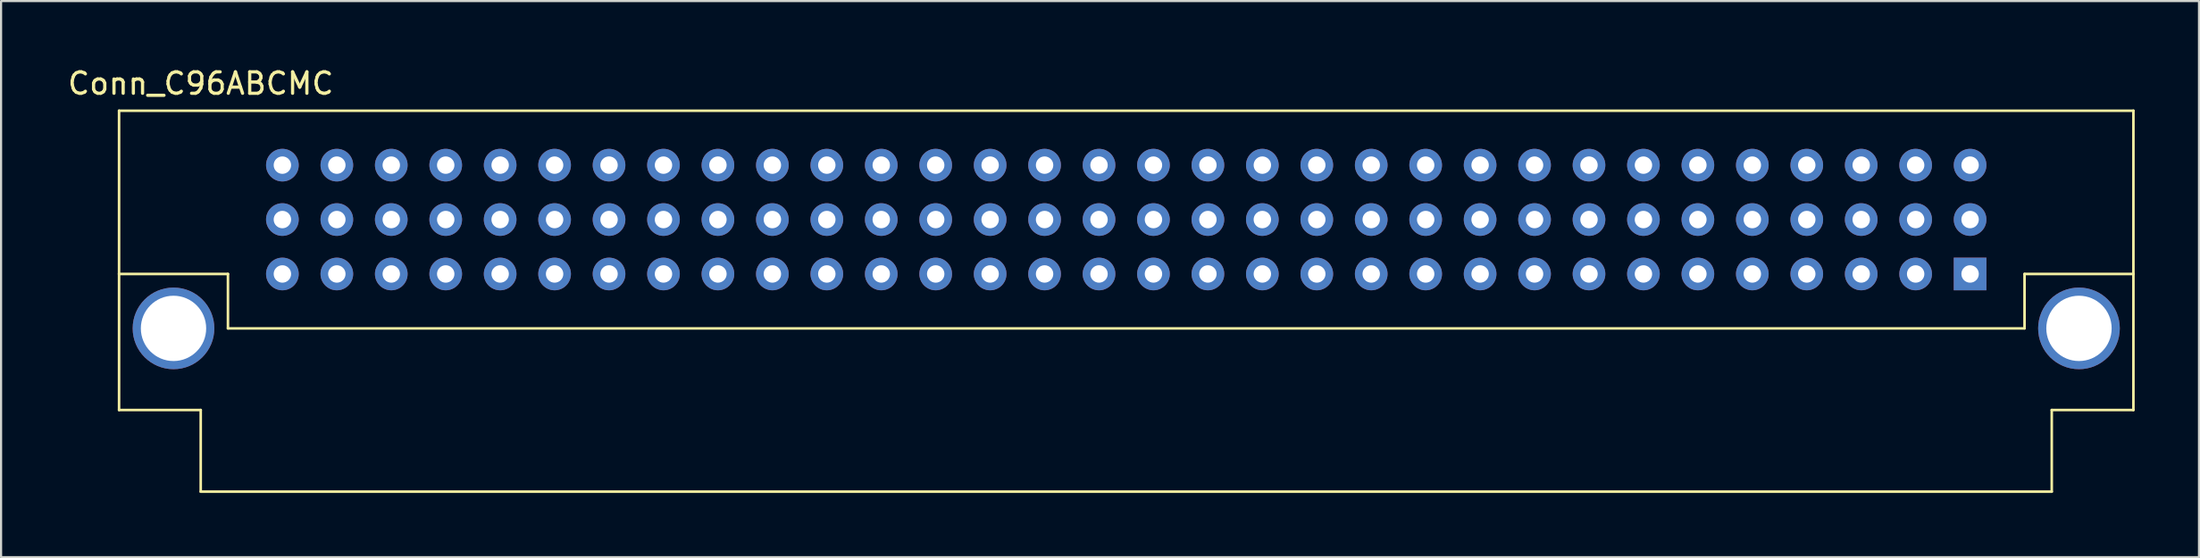
<source format=kicad_pcb>
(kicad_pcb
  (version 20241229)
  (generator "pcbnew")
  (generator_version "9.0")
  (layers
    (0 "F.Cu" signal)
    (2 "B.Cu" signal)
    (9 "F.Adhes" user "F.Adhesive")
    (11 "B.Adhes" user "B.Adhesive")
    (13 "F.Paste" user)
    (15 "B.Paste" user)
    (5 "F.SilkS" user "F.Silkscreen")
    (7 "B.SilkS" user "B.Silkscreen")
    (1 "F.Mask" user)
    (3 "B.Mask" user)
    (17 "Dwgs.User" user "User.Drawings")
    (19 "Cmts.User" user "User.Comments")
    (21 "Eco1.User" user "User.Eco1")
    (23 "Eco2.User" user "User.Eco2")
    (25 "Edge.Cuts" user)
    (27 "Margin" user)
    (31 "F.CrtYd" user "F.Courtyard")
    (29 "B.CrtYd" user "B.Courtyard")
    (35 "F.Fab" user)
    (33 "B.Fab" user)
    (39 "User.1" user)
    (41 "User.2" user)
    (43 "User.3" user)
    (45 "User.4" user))
  (footprint "Conn_C96ABCMC"
    (layer "F.Cu")
    (at 49.495 7.198)
    (property "Reference" "Conn_C96ABCMC" (at -43.18 -6.35 0) (layer "F.SilkS") (effects (font (size 1 1) (thickness 0.15))))
    (attr through_hole)
    (fp_line (start -46.99 -5.08) (end -46.99 2.54) (stroke (width 0.12) (type solid)) (layer "F.SilkS"))
    (fp_line (start -46.99 2.54) (end -46.99 8.89) (stroke (width 0.12) (type solid)) (layer "F.SilkS"))
    (fp_line (start -46.99 8.89) (end -43.18 8.89) (stroke (width 0.12) (type solid)) (layer "F.SilkS"))
    (fp_line (start -43.18 8.89) (end -43.18 12.7) (stroke (width 0.12) (type solid)) (layer "F.SilkS"))
    (fp_line (start -43.18 12.7) (end 43.18 12.7) (stroke (width 0.12) (type solid)) (layer "F.SilkS"))
    (fp_line (start -41.91 2.54) (end -46.99 2.54) (stroke (width 0.12) (type solid)) (layer "F.SilkS"))
    (fp_line (start -41.91 5.08) (end -41.91 2.54) (stroke (width 0.12) (type solid)) (layer "F.SilkS"))
    (fp_line (start 41.91 2.54) (end 41.91 5.08) (stroke (width 0.12) (type solid)) (layer "F.SilkS"))
    (fp_line (start 41.91 5.08) (end -41.91 5.08) (stroke (width 0.12) (type solid)) (layer "F.SilkS"))
    (fp_line (start 43.18 8.89) (end 46.99 8.89) (stroke (width 0.12) (type solid)) (layer "F.SilkS"))
    (fp_line (start 43.18 12.7) (end 43.18 8.89) (stroke (width 0.12) (type solid)) (layer "F.SilkS"))
    (fp_line (start 46.99 -5.08) (end -46.99 -5.08) (stroke (width 0.12) (type solid)) (layer "F.SilkS"))
    (fp_line (start 46.99 2.54) (end 41.91 2.54) (stroke (width 0.12) (type solid)) (layer "F.SilkS"))
    (fp_line (start 46.99 2.54) (end 46.99 -5.08) (stroke (width 0.12) (type solid)) (layer "F.SilkS"))
    (fp_line (start 46.99 8.89) (end 46.99 2.54) (stroke (width 0.12) (type solid)) (layer "F.SilkS"))
    (pad "A1" thru_hole rect (at 39.37 2.54) (size 1.524 1.524) (drill 0.813) (layers "*.Cu" "*.Mask"))
    (pad "A2" thru_hole circle (at 36.83 2.54) (size 1.524 1.524) (drill 0.813) (layers "*.Cu" "*.Mask"))
    (pad "A3" thru_hole circle (at 34.29 2.54) (size 1.524 1.524) (drill 0.813) (layers "*.Cu" "*.Mask"))
    (pad "A4" thru_hole circle (at 31.75 2.54) (size 1.524 1.524) (drill 0.813) (layers "*.Cu" "*.Mask"))
    (pad "A5" thru_hole circle (at 29.21 2.54) (size 1.524 1.524) (drill 0.813) (layers "*.Cu" "*.Mask"))
    (pad "A6" thru_hole circle (at 26.67 2.54) (size 1.524 1.524) (drill 0.813) (layers "*.Cu" "*.Mask"))
    (pad "A7" thru_hole circle (at 24.13 2.54) (size 1.524 1.524) (drill 0.813) (layers "*.Cu" "*.Mask"))
    (pad "A8" thru_hole circle (at 21.59 2.54) (size 1.524 1.524) (drill 0.813) (layers "*.Cu" "*.Mask"))
    (pad "A9" thru_hole circle (at 19.05 2.54) (size 1.524 1.524) (drill 0.813) (layers "*.Cu" "*.Mask"))
    (pad "A10" thru_hole circle (at 16.51 2.54) (size 1.524 1.524) (drill 0.813) (layers "*.Cu" "*.Mask"))
    (pad "A11" thru_hole circle (at 13.97 2.54) (size 1.524 1.524) (drill 0.813) (layers "*.Cu" "*.Mask"))
    (pad "A12" thru_hole circle (at 11.43 2.54) (size 1.524 1.524) (drill 0.813) (layers "*.Cu" "*.Mask"))
    (pad "A13" thru_hole circle (at 8.89 2.54) (size 1.524 1.524) (drill 0.813) (layers "*.Cu" "*.Mask"))
    (pad "A14" thru_hole circle (at 6.35 2.54) (size 1.524 1.524) (drill 0.813) (layers "*.Cu" "*.Mask"))
    (pad "A15" thru_hole circle (at 3.81 2.54) (size 1.524 1.524) (drill 0.813) (layers "*.Cu" "*.Mask"))
    (pad "A16" thru_hole circle (at 1.27 2.54) (size 1.524 1.524) (drill 0.813) (layers "*.Cu" "*.Mask"))
    (pad "A17" thru_hole circle (at -1.27 2.54) (size 1.524 1.524) (drill 0.813) (layers "*.Cu" "*.Mask"))
    (pad "A18" thru_hole circle (at -3.81 2.54) (size 1.524 1.524) (drill 0.813) (layers "*.Cu" "*.Mask"))
    (pad "A19" thru_hole circle (at -6.35 2.54) (size 1.524 1.524) (drill 0.813) (layers "*.Cu" "*.Mask"))
    (pad "A20" thru_hole circle (at -8.89 2.54) (size 1.524 1.524) (drill 0.813) (layers "*.Cu" "*.Mask"))
    (pad "A21" thru_hole circle (at -11.43 2.54) (size 1.524 1.524) (drill 0.813) (layers "*.Cu" "*.Mask"))
    (pad "A22" thru_hole circle (at -13.97 2.54) (size 1.524 1.524) (drill 0.813) (layers "*.Cu" "*.Mask"))
    (pad "A23" thru_hole circle (at -16.51 2.54) (size 1.524 1.524) (drill 0.813) (layers "*.Cu" "*.Mask"))
    (pad "A24" thru_hole circle (at -19.05 2.54) (size 1.524 1.524) (drill 0.813) (layers "*.Cu" "*.Mask"))
    (pad "A25" thru_hole circle (at -21.59 2.54) (size 1.524 1.524) (drill 0.813) (layers "*.Cu" "*.Mask"))
    (pad "A26" thru_hole circle (at -24.13 2.54) (size 1.524 1.524) (drill 0.813) (layers "*.Cu" "*.Mask"))
    (pad "A27" thru_hole circle (at -26.67 2.54) (size 1.524 1.524) (drill 0.813) (layers "*.Cu" "*.Mask"))
    (pad "A28" thru_hole circle (at -29.21 2.54) (size 1.524 1.524) (drill 0.813) (layers "*.Cu" "*.Mask"))
    (pad "A29" thru_hole circle (at -31.75 2.54) (size 1.524 1.524) (drill 0.813) (layers "*.Cu" "*.Mask"))
    (pad "A30" thru_hole circle (at -34.29 2.54) (size 1.524 1.524) (drill 0.813) (layers "*.Cu" "*.Mask"))
    (pad "A31" thru_hole circle (at -36.83 2.54) (size 1.524 1.524) (drill 0.813) (layers "*.Cu" "*.Mask"))
    (pad "A32" thru_hole circle (at -39.37 2.54) (size 1.524 1.524) (drill 0.813) (layers "*.Cu" "*.Mask"))
    (pad "B1" thru_hole circle (at 39.37 0) (size 1.524 1.524) (drill 0.813) (layers "*.Cu" "*.Mask"))
    (pad "B2" thru_hole circle (at 36.83 0) (size 1.524 1.524) (drill 0.813) (layers "*.Cu" "*.Mask"))
    (pad "B3" thru_hole circle (at 34.29 0) (size 1.524 1.524) (drill 0.813) (layers "*.Cu" "*.Mask"))
    (pad "B4" thru_hole circle (at 31.75 0) (size 1.524 1.524) (drill 0.813) (layers "*.Cu" "*.Mask"))
    (pad "B5" thru_hole circle (at 29.21 0) (size 1.524 1.524) (drill 0.813) (layers "*.Cu" "*.Mask"))
    (pad "B6" thru_hole circle (at 26.67 0) (size 1.524 1.524) (drill 0.813) (layers "*.Cu" "*.Mask"))
    (pad "B7" thru_hole circle (at 24.13 0) (size 1.524 1.524) (drill 0.813) (layers "*.Cu" "*.Mask"))
    (pad "B8" thru_hole circle (at 21.59 0) (size 1.524 1.524) (drill 0.813) (layers "*.Cu" "*.Mask"))
    (pad "B9" thru_hole circle (at 19.05 0) (size 1.524 1.524) (drill 0.813) (layers "*.Cu" "*.Mask"))
    (pad "B10" thru_hole circle (at 16.51 0) (size 1.524 1.524) (drill 0.813) (layers "*.Cu" "*.Mask"))
    (pad "B11" thru_hole circle (at 13.97 0) (size 1.524 1.524) (drill 0.813) (layers "*.Cu" "*.Mask"))
    (pad "B12" thru_hole circle (at 11.43 0) (size 1.524 1.524) (drill 0.813) (layers "*.Cu" "*.Mask"))
    (pad "B13" thru_hole circle (at 8.89 0) (size 1.524 1.524) (drill 0.813) (layers "*.Cu" "*.Mask"))
    (pad "B14" thru_hole circle (at 6.35 0) (size 1.524 1.524) (drill 0.813) (layers "*.Cu" "*.Mask"))
    (pad "B15" thru_hole circle (at 3.81 0) (size 1.524 1.524) (drill 0.813) (layers "*.Cu" "*.Mask"))
    (pad "B16" thru_hole circle (at 1.27 0) (size 1.524 1.524) (drill 0.813) (layers "*.Cu" "*.Mask"))
    (pad "B17" thru_hole circle (at -1.27 0) (size 1.524 1.524) (drill 0.813) (layers "*.Cu" "*.Mask"))
    (pad "B18" thru_hole circle (at -3.81 0) (size 1.524 1.524) (drill 0.813) (layers "*.Cu" "*.Mask"))
    (pad "B19" thru_hole circle (at -6.35 0) (size 1.524 1.524) (drill 0.813) (layers "*.Cu" "*.Mask"))
    (pad "B20" thru_hole circle (at -8.89 0) (size 1.524 1.524) (drill 0.813) (layers "*.Cu" "*.Mask"))
    (pad "B21" thru_hole circle (at -11.43 0) (size 1.524 1.524) (drill 0.813) (layers "*.Cu" "*.Mask"))
    (pad "B22" thru_hole circle (at -13.97 0) (size 1.524 1.524) (drill 0.813) (layers "*.Cu" "*.Mask"))
    (pad "B23" thru_hole circle (at -16.51 0) (size 1.524 1.524) (drill 0.813) (layers "*.Cu" "*.Mask"))
    (pad "B24" thru_hole circle (at -19.05 0) (size 1.524 1.524) (drill 0.813) (layers "*.Cu" "*.Mask"))
    (pad "B25" thru_hole circle (at -21.59 0) (size 1.524 1.524) (drill 0.813) (layers "*.Cu" "*.Mask"))
    (pad "B26" thru_hole circle (at -24.13 0) (size 1.524 1.524) (drill 0.813) (layers "*.Cu" "*.Mask"))
    (pad "B27" thru_hole circle (at -26.67 0) (size 1.524 1.524) (drill 0.813) (layers "*.Cu" "*.Mask"))
    (pad "B28" thru_hole circle (at -29.21 0) (size 1.524 1.524) (drill 0.813) (layers "*.Cu" "*.Mask"))
    (pad "B29" thru_hole circle (at -31.75 0) (size 1.524 1.524) (drill 0.813) (layers "*.Cu" "*.Mask"))
    (pad "B30" thru_hole circle (at -34.29 0) (size 1.524 1.524) (drill 0.813) (layers "*.Cu" "*.Mask"))
    (pad "B31" thru_hole circle (at -36.83 0) (size 1.524 1.524) (drill 0.813) (layers "*.Cu" "*.Mask"))
    (pad "B32" thru_hole circle (at -39.37 0) (size 1.524 1.524) (drill 0.813) (layers "*.Cu" "*.Mask"))
    (pad "C1" thru_hole circle (at 39.37 -2.54) (size 1.524 1.524) (drill 0.813) (layers "*.Cu" "*.Mask"))
    (pad "C2" thru_hole circle (at 36.83 -2.54) (size 1.524 1.524) (drill 0.813) (layers "*.Cu" "*.Mask"))
    (pad "C3" thru_hole circle (at 34.29 -2.54) (size 1.524 1.524) (drill 0.813) (layers "*.Cu" "*.Mask"))
    (pad "C4" thru_hole circle (at 31.75 -2.54) (size 1.524 1.524) (drill 0.813) (layers "*.Cu" "*.Mask"))
    (pad "C5" thru_hole circle (at 29.21 -2.54) (size 1.524 1.524) (drill 0.813) (layers "*.Cu" "*.Mask"))
    (pad "C6" thru_hole circle (at 26.67 -2.54) (size 1.524 1.524) (drill 0.813) (layers "*.Cu" "*.Mask"))
    (pad "C7" thru_hole circle (at 24.13 -2.54) (size 1.524 1.524) (drill 0.813) (layers "*.Cu" "*.Mask"))
    (pad "C8" thru_hole circle (at 21.59 -2.54) (size 1.524 1.524) (drill 0.813) (layers "*.Cu" "*.Mask"))
    (pad "C9" thru_hole circle (at 19.05 -2.54) (size 1.524 1.524) (drill 0.813) (layers "*.Cu" "*.Mask"))
    (pad "C10" thru_hole circle (at 16.51 -2.54) (size 1.524 1.524) (drill 0.813) (layers "*.Cu" "*.Mask"))
    (pad "C11" thru_hole circle (at 13.97 -2.54) (size 1.524 1.524) (drill 0.813) (layers "*.Cu" "*.Mask"))
    (pad "C12" thru_hole circle (at 11.43 -2.54) (size 1.524 1.524) (drill 0.813) (layers "*.Cu" "*.Mask"))
    (pad "C13" thru_hole circle (at 8.89 -2.54) (size 1.524 1.524) (drill 0.813) (layers "*.Cu" "*.Mask"))
    (pad "C14" thru_hole circle (at 6.35 -2.54) (size 1.524 1.524) (drill 0.813) (layers "*.Cu" "*.Mask"))
    (pad "C15" thru_hole circle (at 3.81 -2.54) (size 1.524 1.524) (drill 0.813) (layers "*.Cu" "*.Mask"))
    (pad "C16" thru_hole circle (at 1.27 -2.54) (size 1.524 1.524) (drill 0.813) (layers "*.Cu" "*.Mask"))
    (pad "C17" thru_hole circle (at -1.27 -2.54) (size 1.524 1.524) (drill 0.813) (layers "*.Cu" "*.Mask"))
    (pad "C18" thru_hole circle (at -3.81 -2.54) (size 1.524 1.524) (drill 0.813) (layers "*.Cu" "*.Mask"))
    (pad "C19" thru_hole circle (at -6.35 -2.54) (size 1.524 1.524) (drill 0.813) (layers "*.Cu" "*.Mask"))
    (pad "C20" thru_hole circle (at -8.89 -2.54) (size 1.524 1.524) (drill 0.813) (layers "*.Cu" "*.Mask"))
    (pad "C21" thru_hole circle (at -11.43 -2.54) (size 1.524 1.524) (drill 0.813) (layers "*.Cu" "*.Mask"))
    (pad "C22" thru_hole circle (at -13.97 -2.54) (size 1.524 1.524) (drill 0.813) (layers "*.Cu" "*.Mask"))
    (pad "C23" thru_hole circle (at -16.51 -2.54) (size 1.524 1.524) (drill 0.813) (layers "*.Cu" "*.Mask"))
    (pad "C24" thru_hole circle (at -19.05 -2.54) (size 1.524 1.524) (drill 0.813) (layers "*.Cu" "*.Mask"))
    (pad "C25" thru_hole circle (at -21.59 -2.54) (size 1.524 1.524) (drill 0.813) (layers "*.Cu" "*.Mask"))
    (pad "C26" thru_hole circle (at -24.13 -2.54) (size 1.524 1.524) (drill 0.813) (layers "*.Cu" "*.Mask"))
    (pad "C27" thru_hole circle (at -26.67 -2.54) (size 1.524 1.524) (drill 0.813) (layers "*.Cu" "*.Mask"))
    (pad "C28" thru_hole circle (at -29.21 -2.54) (size 1.524 1.524) (drill 0.813) (layers "*.Cu" "*.Mask"))
    (pad "C29" thru_hole circle (at -31.75 -2.54) (size 1.524 1.524) (drill 0.813) (layers "*.Cu" "*.Mask"))
    (pad "C30" thru_hole circle (at -34.29 -2.54) (size 1.524 1.524) (drill 0.813) (layers "*.Cu" "*.Mask"))
    (pad "C31" thru_hole circle (at -36.83 -2.54) (size 1.524 1.524) (drill 0.813) (layers "*.Cu" "*.Mask"))
    (pad "C32" thru_hole circle (at -39.37 -2.54) (size 1.524 1.524) (drill 0.813) (layers "*.Cu" "*.Mask"))
    (pad "HOLE" thru_hole circle (at -44.45 5.08) (size 3.81 3.81) (drill 3.048) (layers "*.Cu" "*.Mask"))
    (pad "HOLE" thru_hole circle (at 44.45 5.08) (size 3.81 3.81) (drill 3.048) (layers "*.Cu" "*.Mask")))
  (gr_rect
    (start -3 -3)
    (end 99.545 22.958)
    (stroke (width 0.1) (type default))
    (fill no)
    (layer "Edge.Cuts")))
</source>
